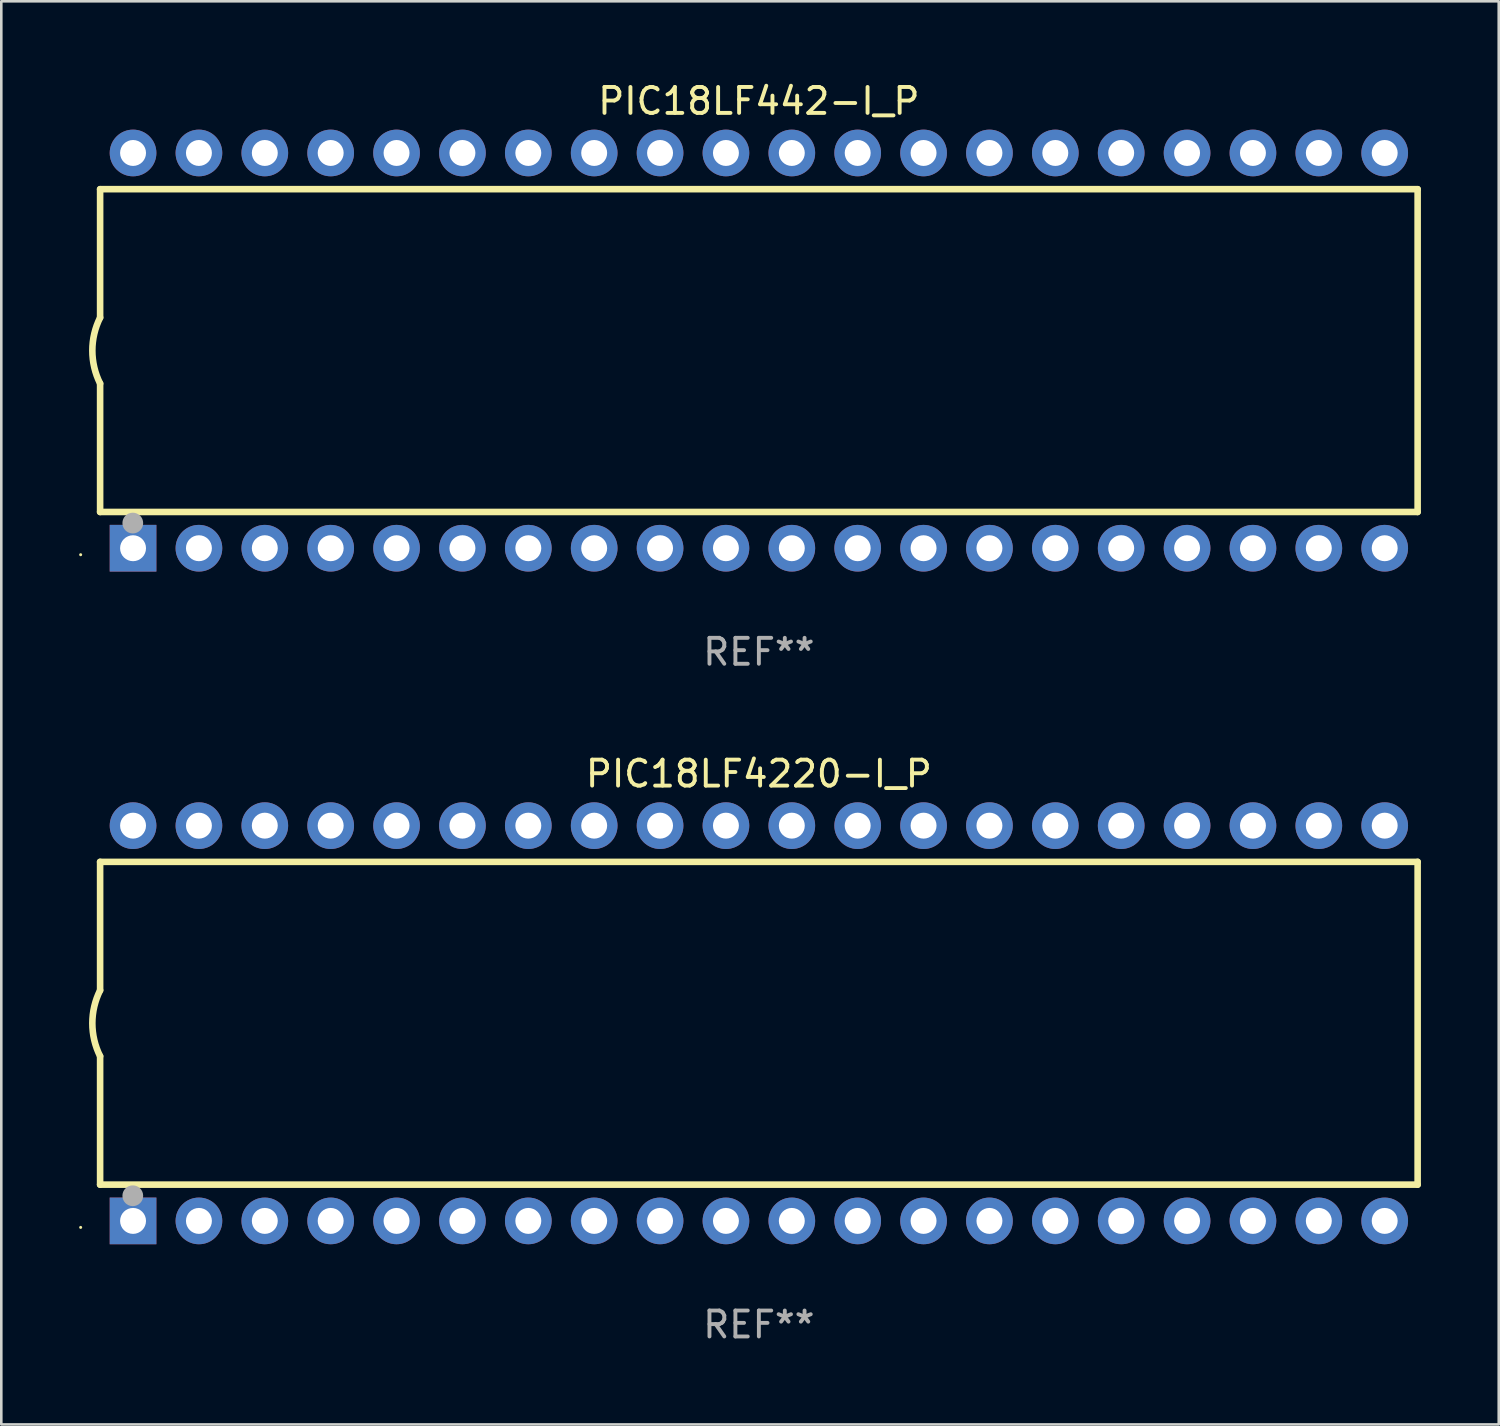
<source format=kicad_pcb>
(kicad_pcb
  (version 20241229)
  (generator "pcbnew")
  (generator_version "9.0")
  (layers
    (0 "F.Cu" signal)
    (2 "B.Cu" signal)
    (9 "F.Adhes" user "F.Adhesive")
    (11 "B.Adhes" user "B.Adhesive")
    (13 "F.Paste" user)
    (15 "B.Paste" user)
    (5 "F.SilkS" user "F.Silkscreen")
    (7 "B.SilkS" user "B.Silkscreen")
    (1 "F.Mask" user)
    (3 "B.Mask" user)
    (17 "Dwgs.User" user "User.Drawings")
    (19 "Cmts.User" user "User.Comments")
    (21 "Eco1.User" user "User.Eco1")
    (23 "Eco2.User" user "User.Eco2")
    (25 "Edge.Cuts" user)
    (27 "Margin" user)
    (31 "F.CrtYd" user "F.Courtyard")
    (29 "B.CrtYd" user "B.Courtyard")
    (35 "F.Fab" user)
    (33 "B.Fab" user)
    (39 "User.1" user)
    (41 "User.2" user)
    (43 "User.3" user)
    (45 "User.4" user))
  (footprint "PIC18LF442-I_P"
    (layer "F.Cu")
    (at 26.21 10.468)
    (property "Reference" "PIC18LF442-I_P" (at 0 -9.62 0) (layer "F.SilkS") (effects (font (size 1 1) (thickness 0.15))))
    (attr through_hole)
    (fp_line (start -25.4 -6.224) (end -25.4 -1.271) (stroke (width 0.254) (type solid)) (layer "F.SilkS"))
    (fp_line (start -25.4 -6.224) (end 25.4 -6.224) (stroke (width 0.254) (type solid)) (layer "F.SilkS"))
    (fp_line (start -25.4 1.269) (end -25.4 6.222) (stroke (width 0.254) (type solid)) (layer "F.SilkS"))
    (fp_line (start -25.4 6.222) (end 25.4 6.222) (stroke (width 0.254) (type solid)) (layer "F.SilkS"))
    (fp_line (start 25.4 6.222) (end 25.4 -6.224) (stroke (width 0.254) (type solid)) (layer "F.SilkS"))
    (fp_arc (start -25.4 1.269241) (mid -25.699807 -0.000762) (end -25.4 -1.270765) (stroke (width 0.254001) (type solid)) (layer "F.SilkS"))
    (fp_circle (center -26.15 7.87) (end -26.12 7.87) (stroke (width 0.06) (type solid)) (fill no) (layer "F.SilkS"))
    (fp_circle (center -24.14 6.65) (end -23.94 6.65) (stroke (width 0.4) (type solid)) (fill no) (layer "F.Fab"))
    (fp_text user "REF**" (at 0 11.62 0) (layer "F.Fab") (effects (font (size 1 1) (thickness 0.15))))
    (pad "1" thru_hole rect (at -24.13 7.62 90) (size 1.8 1.8) (drill 1) (layers "*.Cu" "*.Mask"))
    (pad "2" thru_hole circle (at -21.59 7.62) (size 1.8 1.8) (drill 1) (layers "*.Cu" "*.Mask"))
    (pad "3" thru_hole circle (at -19.05 7.62) (size 1.8 1.8) (drill 1) (layers "*.Cu" "*.Mask"))
    (pad "4" thru_hole circle (at -16.51 7.62) (size 1.8 1.8) (drill 1) (layers "*.Cu" "*.Mask"))
    (pad "5" thru_hole circle (at -13.97 7.62) (size 1.8 1.8) (drill 1) (layers "*.Cu" "*.Mask"))
    (pad "6" thru_hole circle (at -11.43 7.62) (size 1.8 1.8) (drill 1) (layers "*.Cu" "*.Mask"))
    (pad "7" thru_hole circle (at -8.89 7.62) (size 1.8 1.8) (drill 1) (layers "*.Cu" "*.Mask"))
    (pad "8" thru_hole circle (at -6.35 7.62) (size 1.8 1.8) (drill 1) (layers "*.Cu" "*.Mask"))
    (pad "9" thru_hole circle (at -3.81 7.62) (size 1.8 1.8) (drill 1) (layers "*.Cu" "*.Mask"))
    (pad "10" thru_hole circle (at -1.27 7.62) (size 1.8 1.8) (drill 1) (layers "*.Cu" "*.Mask"))
    (pad "11" thru_hole circle (at 1.27 7.62) (size 1.8 1.8) (drill 1) (layers "*.Cu" "*.Mask"))
    (pad "12" thru_hole circle (at 3.81 7.62) (size 1.8 1.8) (drill 1) (layers "*.Cu" "*.Mask"))
    (pad "13" thru_hole circle (at 6.35 7.62) (size 1.8 1.8) (drill 1) (layers "*.Cu" "*.Mask"))
    (pad "14" thru_hole circle (at 8.89 7.62) (size 1.8 1.8) (drill 1) (layers "*.Cu" "*.Mask"))
    (pad "15" thru_hole circle (at 11.43 7.62) (size 1.8 1.8) (drill 1) (layers "*.Cu" "*.Mask"))
    (pad "16" thru_hole circle (at 13.97 7.62) (size 1.8 1.8) (drill 1) (layers "*.Cu" "*.Mask"))
    (pad "17" thru_hole circle (at 16.51 7.62) (size 1.8 1.8) (drill 1) (layers "*.Cu" "*.Mask"))
    (pad "18" thru_hole circle (at 19.05 7.62) (size 1.8 1.8) (drill 1) (layers "*.Cu" "*.Mask"))
    (pad "19" thru_hole circle (at 21.59 7.62) (size 1.8 1.8) (drill 1) (layers "*.Cu" "*.Mask"))
    (pad "20" thru_hole circle (at 24.13 7.62) (size 1.8 1.8) (drill 1) (layers "*.Cu" "*.Mask"))
    (pad "21" thru_hole circle (at 24.13 -7.62) (size 1.8 1.8) (drill 1) (layers "*.Cu" "*.Mask"))
    (pad "22" thru_hole circle (at 21.59 -7.62) (size 1.8 1.8) (drill 1) (layers "*.Cu" "*.Mask"))
    (pad "23" thru_hole circle (at 19.05 -7.62) (size 1.8 1.8) (drill 1) (layers "*.Cu" "*.Mask"))
    (pad "24" thru_hole circle (at 16.51 -7.62) (size 1.8 1.8) (drill 1) (layers "*.Cu" "*.Mask"))
    (pad "25" thru_hole circle (at 13.97 -7.62) (size 1.8 1.8) (drill 1) (layers "*.Cu" "*.Mask"))
    (pad "26" thru_hole circle (at 11.43 -7.62) (size 1.8 1.8) (drill 1) (layers "*.Cu" "*.Mask"))
    (pad "27" thru_hole circle (at 8.89 -7.62) (size 1.8 1.8) (drill 1) (layers "*.Cu" "*.Mask"))
    (pad "28" thru_hole circle (at 6.35 -7.62) (size 1.8 1.8) (drill 1) (layers "*.Cu" "*.Mask"))
    (pad "29" thru_hole circle (at 3.81 -7.62) (size 1.8 1.8) (drill 1) (layers "*.Cu" "*.Mask"))
    (pad "30" thru_hole circle (at 1.27 -7.62) (size 1.8 1.8) (drill 1) (layers "*.Cu" "*.Mask"))
    (pad "31" thru_hole circle (at -1.27 -7.62) (size 1.8 1.8) (drill 1) (layers "*.Cu" "*.Mask"))
    (pad "32" thru_hole circle (at -3.81 -7.62) (size 1.8 1.8) (drill 1) (layers "*.Cu" "*.Mask"))
    (pad "33" thru_hole circle (at -6.35 -7.62) (size 1.8 1.8) (drill 1) (layers "*.Cu" "*.Mask"))
    (pad "34" thru_hole circle (at -8.89 -7.62) (size 1.8 1.8) (drill 1) (layers "*.Cu" "*.Mask"))
    (pad "35" thru_hole circle (at -11.43 -7.62) (size 1.8 1.8) (drill 1) (layers "*.Cu" "*.Mask"))
    (pad "36" thru_hole circle (at -13.97 -7.62) (size 1.8 1.8) (drill 1) (layers "*.Cu" "*.Mask"))
    (pad "37" thru_hole circle (at -16.51 -7.62) (size 1.8 1.8) (drill 1) (layers "*.Cu" "*.Mask"))
    (pad "38" thru_hole circle (at -19.05 -7.62) (size 1.8 1.8) (drill 1) (layers "*.Cu" "*.Mask"))
    (pad "39" thru_hole circle (at -21.59 -7.62) (size 1.8 1.8) (drill 1) (layers "*.Cu" "*.Mask"))
    (pad "40" thru_hole circle (at -24.13 -7.62) (size 1.8 1.8) (drill 1) (layers "*.Cu" "*.Mask")))
  (footprint "PIC18LF4220-I_P"
    (layer "F.Cu")
    (at 26.21 36.405)
    (property "Reference" "PIC18LF4220-I_P" (at 0 -9.62 0) (layer "F.SilkS") (effects (font (size 1 1) (thickness 0.15))))
    (attr through_hole)
    (fp_line (start -25.4 -6.224) (end -25.4 -1.271) (stroke (width 0.254) (type solid)) (layer "F.SilkS"))
    (fp_line (start -25.4 -6.224) (end 25.4 -6.224) (stroke (width 0.254) (type solid)) (layer "F.SilkS"))
    (fp_line (start -25.4 1.269) (end -25.4 6.222) (stroke (width 0.254) (type solid)) (layer "F.SilkS"))
    (fp_line (start -25.4 6.222) (end 25.4 6.222) (stroke (width 0.254) (type solid)) (layer "F.SilkS"))
    (fp_line (start 25.4 6.222) (end 25.4 -6.224) (stroke (width 0.254) (type solid)) (layer "F.SilkS"))
    (fp_arc (start -25.4 1.269241) (mid -25.699807 -0.000762) (end -25.4 -1.270765) (stroke (width 0.254001) (type solid)) (layer "F.SilkS"))
    (fp_circle (center -26.15 7.87) (end -26.12 7.87) (stroke (width 0.06) (type solid)) (fill no) (layer "F.SilkS"))
    (fp_circle (center -24.14 6.65) (end -23.94 6.65) (stroke (width 0.4) (type solid)) (fill no) (layer "F.Fab"))
    (fp_text user "REF**" (at 0 11.62 0) (layer "F.Fab") (effects (font (size 1 1) (thickness 0.15))))
    (pad "1" thru_hole rect (at -24.13 7.62 90) (size 1.8 1.8) (drill 1) (layers "*.Cu" "*.Mask"))
    (pad "2" thru_hole circle (at -21.59 7.62) (size 1.8 1.8) (drill 1) (layers "*.Cu" "*.Mask"))
    (pad "3" thru_hole circle (at -19.05 7.62) (size 1.8 1.8) (drill 1) (layers "*.Cu" "*.Mask"))
    (pad "4" thru_hole circle (at -16.51 7.62) (size 1.8 1.8) (drill 1) (layers "*.Cu" "*.Mask"))
    (pad "5" thru_hole circle (at -13.97 7.62) (size 1.8 1.8) (drill 1) (layers "*.Cu" "*.Mask"))
    (pad "6" thru_hole circle (at -11.43 7.62) (size 1.8 1.8) (drill 1) (layers "*.Cu" "*.Mask"))
    (pad "7" thru_hole circle (at -8.89 7.62) (size 1.8 1.8) (drill 1) (layers "*.Cu" "*.Mask"))
    (pad "8" thru_hole circle (at -6.35 7.62) (size 1.8 1.8) (drill 1) (layers "*.Cu" "*.Mask"))
    (pad "9" thru_hole circle (at -3.81 7.62) (size 1.8 1.8) (drill 1) (layers "*.Cu" "*.Mask"))
    (pad "10" thru_hole circle (at -1.27 7.62) (size 1.8 1.8) (drill 1) (layers "*.Cu" "*.Mask"))
    (pad "11" thru_hole circle (at 1.27 7.62) (size 1.8 1.8) (drill 1) (layers "*.Cu" "*.Mask"))
    (pad "12" thru_hole circle (at 3.81 7.62) (size 1.8 1.8) (drill 1) (layers "*.Cu" "*.Mask"))
    (pad "13" thru_hole circle (at 6.35 7.62) (size 1.8 1.8) (drill 1) (layers "*.Cu" "*.Mask"))
    (pad "14" thru_hole circle (at 8.89 7.62) (size 1.8 1.8) (drill 1) (layers "*.Cu" "*.Mask"))
    (pad "15" thru_hole circle (at 11.43 7.62) (size 1.8 1.8) (drill 1) (layers "*.Cu" "*.Mask"))
    (pad "16" thru_hole circle (at 13.97 7.62) (size 1.8 1.8) (drill 1) (layers "*.Cu" "*.Mask"))
    (pad "17" thru_hole circle (at 16.51 7.62) (size 1.8 1.8) (drill 1) (layers "*.Cu" "*.Mask"))
    (pad "18" thru_hole circle (at 19.05 7.62) (size 1.8 1.8) (drill 1) (layers "*.Cu" "*.Mask"))
    (pad "19" thru_hole circle (at 21.59 7.62) (size 1.8 1.8) (drill 1) (layers "*.Cu" "*.Mask"))
    (pad "20" thru_hole circle (at 24.13 7.62) (size 1.8 1.8) (drill 1) (layers "*.Cu" "*.Mask"))
    (pad "21" thru_hole circle (at 24.13 -7.62) (size 1.8 1.8) (drill 1) (layers "*.Cu" "*.Mask"))
    (pad "22" thru_hole circle (at 21.59 -7.62) (size 1.8 1.8) (drill 1) (layers "*.Cu" "*.Mask"))
    (pad "23" thru_hole circle (at 19.05 -7.62) (size 1.8 1.8) (drill 1) (layers "*.Cu" "*.Mask"))
    (pad "24" thru_hole circle (at 16.51 -7.62) (size 1.8 1.8) (drill 1) (layers "*.Cu" "*.Mask"))
    (pad "25" thru_hole circle (at 13.97 -7.62) (size 1.8 1.8) (drill 1) (layers "*.Cu" "*.Mask"))
    (pad "26" thru_hole circle (at 11.43 -7.62) (size 1.8 1.8) (drill 1) (layers "*.Cu" "*.Mask"))
    (pad "27" thru_hole circle (at 8.89 -7.62) (size 1.8 1.8) (drill 1) (layers "*.Cu" "*.Mask"))
    (pad "28" thru_hole circle (at 6.35 -7.62) (size 1.8 1.8) (drill 1) (layers "*.Cu" "*.Mask"))
    (pad "29" thru_hole circle (at 3.81 -7.62) (size 1.8 1.8) (drill 1) (layers "*.Cu" "*.Mask"))
    (pad "30" thru_hole circle (at 1.27 -7.62) (size 1.8 1.8) (drill 1) (layers "*.Cu" "*.Mask"))
    (pad "31" thru_hole circle (at -1.27 -7.62) (size 1.8 1.8) (drill 1) (layers "*.Cu" "*.Mask"))
    (pad "32" thru_hole circle (at -3.81 -7.62) (size 1.8 1.8) (drill 1) (layers "*.Cu" "*.Mask"))
    (pad "33" thru_hole circle (at -6.35 -7.62) (size 1.8 1.8) (drill 1) (layers "*.Cu" "*.Mask"))
    (pad "34" thru_hole circle (at -8.89 -7.62) (size 1.8 1.8) (drill 1) (layers "*.Cu" "*.Mask"))
    (pad "35" thru_hole circle (at -11.43 -7.62) (size 1.8 1.8) (drill 1) (layers "*.Cu" "*.Mask"))
    (pad "36" thru_hole circle (at -13.97 -7.62) (size 1.8 1.8) (drill 1) (layers "*.Cu" "*.Mask"))
    (pad "37" thru_hole circle (at -16.51 -7.62) (size 1.8 1.8) (drill 1) (layers "*.Cu" "*.Mask"))
    (pad "38" thru_hole circle (at -19.05 -7.62) (size 1.8 1.8) (drill 1) (layers "*.Cu" "*.Mask"))
    (pad "39" thru_hole circle (at -21.59 -7.62) (size 1.8 1.8) (drill 1) (layers "*.Cu" "*.Mask"))
    (pad "40" thru_hole circle (at -24.13 -7.62) (size 1.8 1.8) (drill 1) (layers "*.Cu" "*.Mask")))
  (gr_rect
    (start -3 -3)
    (end 54.737 51.873)
    (stroke (width 0.1) (type default))
    (fill no)
    (layer "Edge.Cuts")))
</source>
